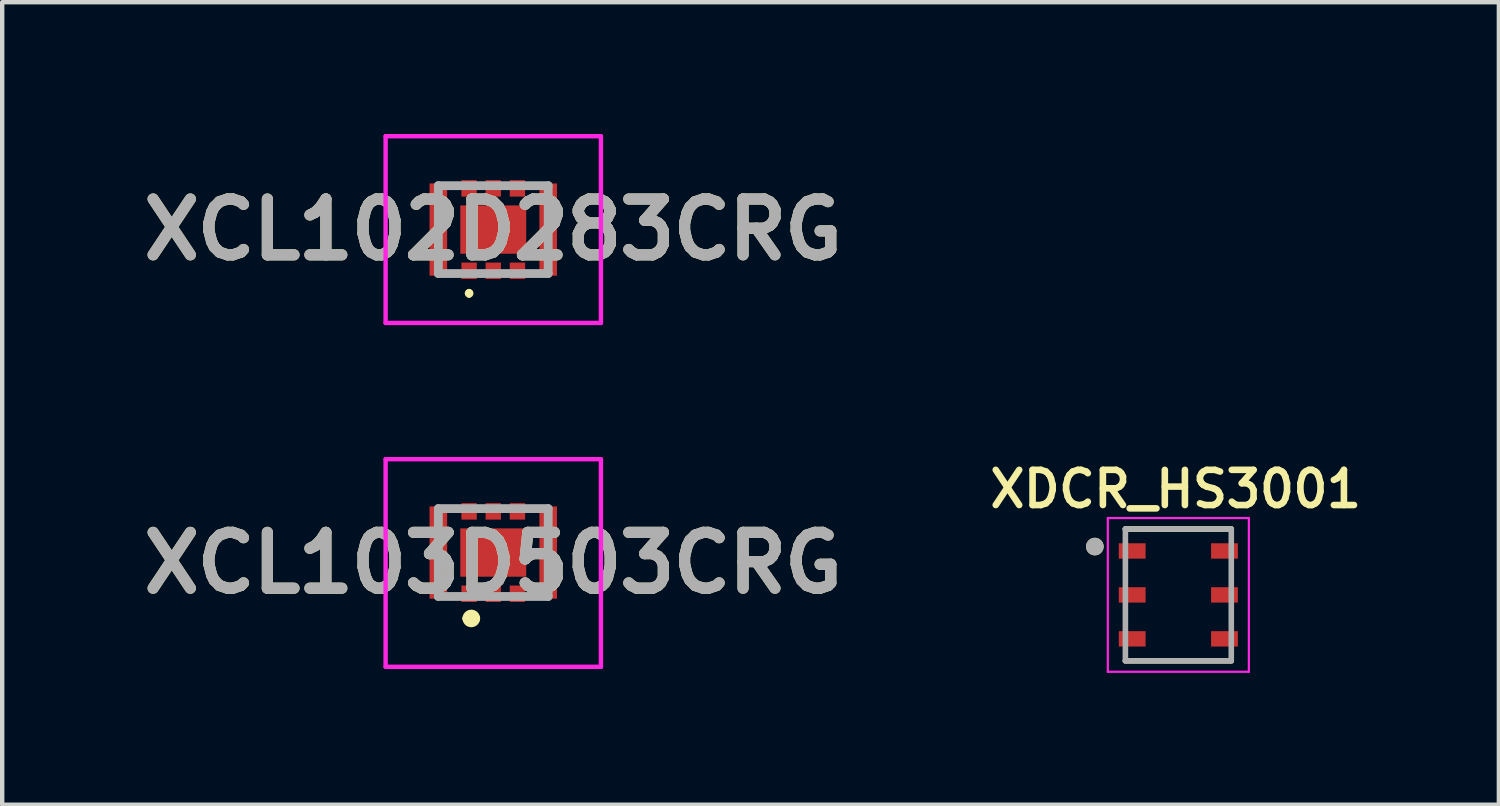
<source format=kicad_pcb>
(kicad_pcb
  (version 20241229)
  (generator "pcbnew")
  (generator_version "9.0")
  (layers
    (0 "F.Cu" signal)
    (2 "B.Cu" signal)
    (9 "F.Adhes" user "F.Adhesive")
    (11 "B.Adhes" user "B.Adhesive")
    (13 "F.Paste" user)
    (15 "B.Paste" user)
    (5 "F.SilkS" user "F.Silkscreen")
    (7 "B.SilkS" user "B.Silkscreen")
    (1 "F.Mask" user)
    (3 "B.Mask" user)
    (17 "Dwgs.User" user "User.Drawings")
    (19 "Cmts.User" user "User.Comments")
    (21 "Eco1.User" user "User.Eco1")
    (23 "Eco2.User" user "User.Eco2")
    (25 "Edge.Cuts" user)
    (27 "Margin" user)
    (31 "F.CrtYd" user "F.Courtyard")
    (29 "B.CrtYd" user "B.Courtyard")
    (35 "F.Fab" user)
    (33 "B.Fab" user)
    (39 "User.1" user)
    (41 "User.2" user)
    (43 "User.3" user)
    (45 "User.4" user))
  (footprint "XCL102D283CRG"
    (layer "F.Cu")
    (at 8.176 2.175)
    (property "Reference" "XCL102D283CRG" (at 0 0 0) (layer "F.SilkS") (effects (font (size 1.27 1.27) (thickness 0.254))))
    (attr smd)
    (fp_line (start -0.55 1.4) (end -0.55 1.4) (stroke (width 0.1) (type solid)) (layer "F.SilkS"))
    (fp_line (start -0.55 1.5) (end -0.55 1.5) (stroke (width 0.1) (type solid)) (layer "F.SilkS"))
    (fp_arc (start -0.55 1.4) (mid -0.5 1.45) (end -0.55 1.5) (stroke (width 0.1) (type solid)) (layer "F.SilkS"))
    (fp_arc (start -0.55 1.5) (mid -0.6 1.45) (end -0.55 1.4) (stroke (width 0.1) (type solid)) (layer "F.SilkS"))
    (fp_line (start -2.45 -2.125) (end 2.45 -2.125) (stroke (width 0.1) (type solid)) (layer "F.CrtYd"))
    (fp_line (start -2.45 2.125) (end -2.45 -2.125) (stroke (width 0.1) (type solid)) (layer "F.CrtYd"))
    (fp_line (start 2.45 -2.125) (end 2.45 2.125) (stroke (width 0.1) (type solid)) (layer "F.CrtYd"))
    (fp_line (start 2.45 2.125) (end -2.45 2.125) (stroke (width 0.1) (type solid)) (layer "F.CrtYd"))
    (fp_line (start -1.25 -1) (end 1.25 -1) (stroke (width 0.2) (type solid)) (layer "F.Fab"))
    (fp_line (start -1.25 1) (end -1.25 -1) (stroke (width 0.2) (type solid)) (layer "F.Fab"))
    (fp_line (start 1.25 -1) (end 1.25 1) (stroke (width 0.2) (type solid)) (layer "F.Fab"))
    (fp_line (start 1.25 1) (end -1.25 1) (stroke (width 0.2) (type solid)) (layer "F.Fab"))
    (fp_text user "${REFERENCE}" (at 0 0 0) (layer "F.Fab") (effects (font (size 1.27 1.27) (thickness 0.254))))
    (pad "1" smd rect (at -0.55 0.938) (size 0.35 0.375) (layers "F.Cu" "F.Mask" "F.Paste"))
    (pad "2" smd rect (at 0 0.938) (size 0.35 0.375) (layers "F.Cu" "F.Mask" "F.Paste"))
    (pad "3" smd rect (at 0.55 0.938) (size 0.35 0.375) (layers "F.Cu" "F.Mask" "F.Paste"))
    (pad "4" smd rect (at 0.55 -0.938) (size 0.35 0.375) (layers "F.Cu" "F.Mask" "F.Paste"))
    (pad "5" smd rect (at 0 -0.938) (size 0.35 0.375) (layers "F.Cu" "F.Mask" "F.Paste"))
    (pad "6" smd rect (at -0.55 -0.938) (size 0.35 0.375) (layers "F.Cu" "F.Mask" "F.Paste"))
    (pad "7" smd rect (at -1.25 0) (size 0.4 2.1) (layers "F.Cu" "F.Mask" "F.Paste"))
    (pad "8" smd rect (at 1.25 0) (size 0.4 2.1) (layers "F.Cu" "F.Mask" "F.Paste"))
    (pad "9" smd rect (at 0 0 90) (size 1.1 1.5) (layers "F.Cu" "F.Mask" "F.Paste")))
  (footprint "XDCR_HS3001"
    (layer "F.Cu")
    (at 23.767 10.489)
    (property "Reference" "XDCR_HS3001" (at -0.06 -2.408 0) (layer "F.SilkS") (effects (font (size 0.8 0.8) (thickness 0.15))))
    (attr smd)
    (fp_line (start -1.205 -1.5) (end 1.205 -1.5) (stroke (width 0.127) (type solid)) (layer "F.SilkS"))
    (fp_line (start -1.205 1.5) (end 1.205 1.5) (stroke (width 0.127) (type solid)) (layer "F.SilkS"))
    (fp_circle (center -1.9 -1.1) (end -1.8 -1.1) (stroke (width 0.2) (type solid)) (fill no) (layer "F.SilkS"))
    (fp_line (start -1.605 -1.75) (end 1.605 -1.75) (stroke (width 0.05) (type solid)) (layer "F.CrtYd"))
    (fp_line (start -1.605 1.75) (end -1.605 -1.75) (stroke (width 0.05) (type solid)) (layer "F.CrtYd"))
    (fp_line (start 1.605 -1.75) (end 1.605 1.75) (stroke (width 0.05) (type solid)) (layer "F.CrtYd"))
    (fp_line (start 1.605 1.75) (end -1.605 1.75) (stroke (width 0.05) (type solid)) (layer "F.CrtYd"))
    (fp_line (start -1.205 -1.5) (end 1.205 -1.5) (stroke (width 0.127) (type solid)) (layer "F.Fab"))
    (fp_line (start -1.205 1.5) (end -1.205 -1.5) (stroke (width 0.127) (type solid)) (layer "F.Fab"))
    (fp_line (start 1.205 -1.5) (end 1.205 1.5) (stroke (width 0.127) (type solid)) (layer "F.Fab"))
    (fp_line (start 1.205 1.5) (end -1.205 1.5) (stroke (width 0.127) (type solid)) (layer "F.Fab"))
    (fp_circle (center -1.9 -1.1) (end -1.8 -1.1) (stroke (width 0.2) (type solid)) (fill no) (layer "F.Fab"))
    (pad "1" smd rect (at -1.05 -1) (size 0.61 0.35) (layers "F.Cu" "F.Mask" "F.Paste"))
    (pad "2" smd rect (at -1.05 0) (size 0.61 0.35) (layers "F.Cu" "F.Mask" "F.Paste"))
    (pad "3" smd rect (at -1.05 1) (size 0.61 0.35) (layers "F.Cu" "F.Mask" "F.Paste"))
    (pad "4" smd rect (at 1.05 1) (size 0.61 0.35) (layers "F.Cu" "F.Mask" "F.Paste"))
    (pad "5" smd rect (at 1.05 0) (size 0.61 0.35) (layers "F.Cu" "F.Mask" "F.Paste"))
    (pad "6" smd rect (at 1.05 -1) (size 0.61 0.35) (layers "F.Cu" "F.Mask" "F.Paste")))
  (footprint "XCL103D503CRG"
    (layer "F.Cu")
    (at 8.176 9.825)
    (property "Reference" "XCL103D503CRG" (at 0 -0.063 0) (layer "F.SilkS") (effects (font (size 1.27 1.27) (thickness 0.254))))
    (attr smd)
    (fp_line (start -0.6 1.2) (end -0.6 1.2) (stroke (width 0.2) (type solid)) (layer "F.SilkS"))
    (fp_line (start -0.4 1.2) (end -0.4 1.2) (stroke (width 0.2) (type solid)) (layer "F.SilkS"))
    (fp_arc (start -0.6 1.2) (mid -0.5 1.1) (end -0.4 1.2) (stroke (width 0.2) (type solid)) (layer "F.SilkS"))
    (fp_arc (start -0.4 1.2) (mid -0.5 1.3) (end -0.6 1.2) (stroke (width 0.2) (type solid)) (layer "F.SilkS"))
    (fp_line (start -2.45 -2.425) (end 2.45 -2.425) (stroke (width 0.1) (type solid)) (layer "F.CrtYd"))
    (fp_line (start -2.45 2.3) (end -2.45 -2.425) (stroke (width 0.1) (type solid)) (layer "F.CrtYd"))
    (fp_line (start 2.45 -2.425) (end 2.45 2.3) (stroke (width 0.1) (type solid)) (layer "F.CrtYd"))
    (fp_line (start 2.45 2.3) (end -2.45 2.3) (stroke (width 0.1) (type solid)) (layer "F.CrtYd"))
    (fp_line (start -1.25 -1.3) (end 1.25 -1.3) (stroke (width 0.2) (type solid)) (layer "F.Fab"))
    (fp_line (start -1.25 0.7) (end -1.25 -1.3) (stroke (width 0.2) (type solid)) (layer "F.Fab"))
    (fp_line (start 1.25 -1.3) (end 1.25 0.7) (stroke (width 0.2) (type solid)) (layer "F.Fab"))
    (fp_line (start 1.25 0.7) (end -1.25 0.7) (stroke (width 0.2) (type solid)) (layer "F.Fab"))
    (fp_text user "${REFERENCE}" (at 0 -0.063 0) (layer "F.Fab") (effects (font (size 1.27 1.27) (thickness 0.254))))
    (pad "1" smd rect (at -0.55 0.638) (size 0.35 0.375) (layers "F.Cu" "F.Mask" "F.Paste"))
    (pad "2" smd rect (at 0 0.638) (size 0.35 0.375) (layers "F.Cu" "F.Mask" "F.Paste"))
    (pad "3" smd rect (at 0.55 0.638) (size 0.35 0.375) (layers "F.Cu" "F.Mask" "F.Paste"))
    (pad "4" smd rect (at 0.55 -1.237) (size 0.35 0.375) (layers "F.Cu" "F.Mask" "F.Paste"))
    (pad "5" smd rect (at 0 -1.237) (size 0.35 0.375) (layers "F.Cu" "F.Mask" "F.Paste"))
    (pad "6" smd rect (at -0.55 -1.237) (size 0.35 0.375) (layers "F.Cu" "F.Mask" "F.Paste"))
    (pad "7" smd rect (at -1.25 -0.3) (size 0.4 2.1) (layers "F.Cu" "F.Mask" "F.Paste"))
    (pad "8" smd rect (at 1.25 -0.3) (size 0.4 2.1) (layers "F.Cu" "F.Mask" "F.Paste"))
    (pad "9" smd rect (at 0 -0.3 90) (size 1.1 1.5) (layers "F.Cu" "F.Mask" "F.Paste")))
  (gr_rect
    (start -3 -3)
    (end 31.062 15.264)
    (stroke (width 0.1) (type default))
    (fill no)
    (layer "Edge.Cuts")))
</source>
